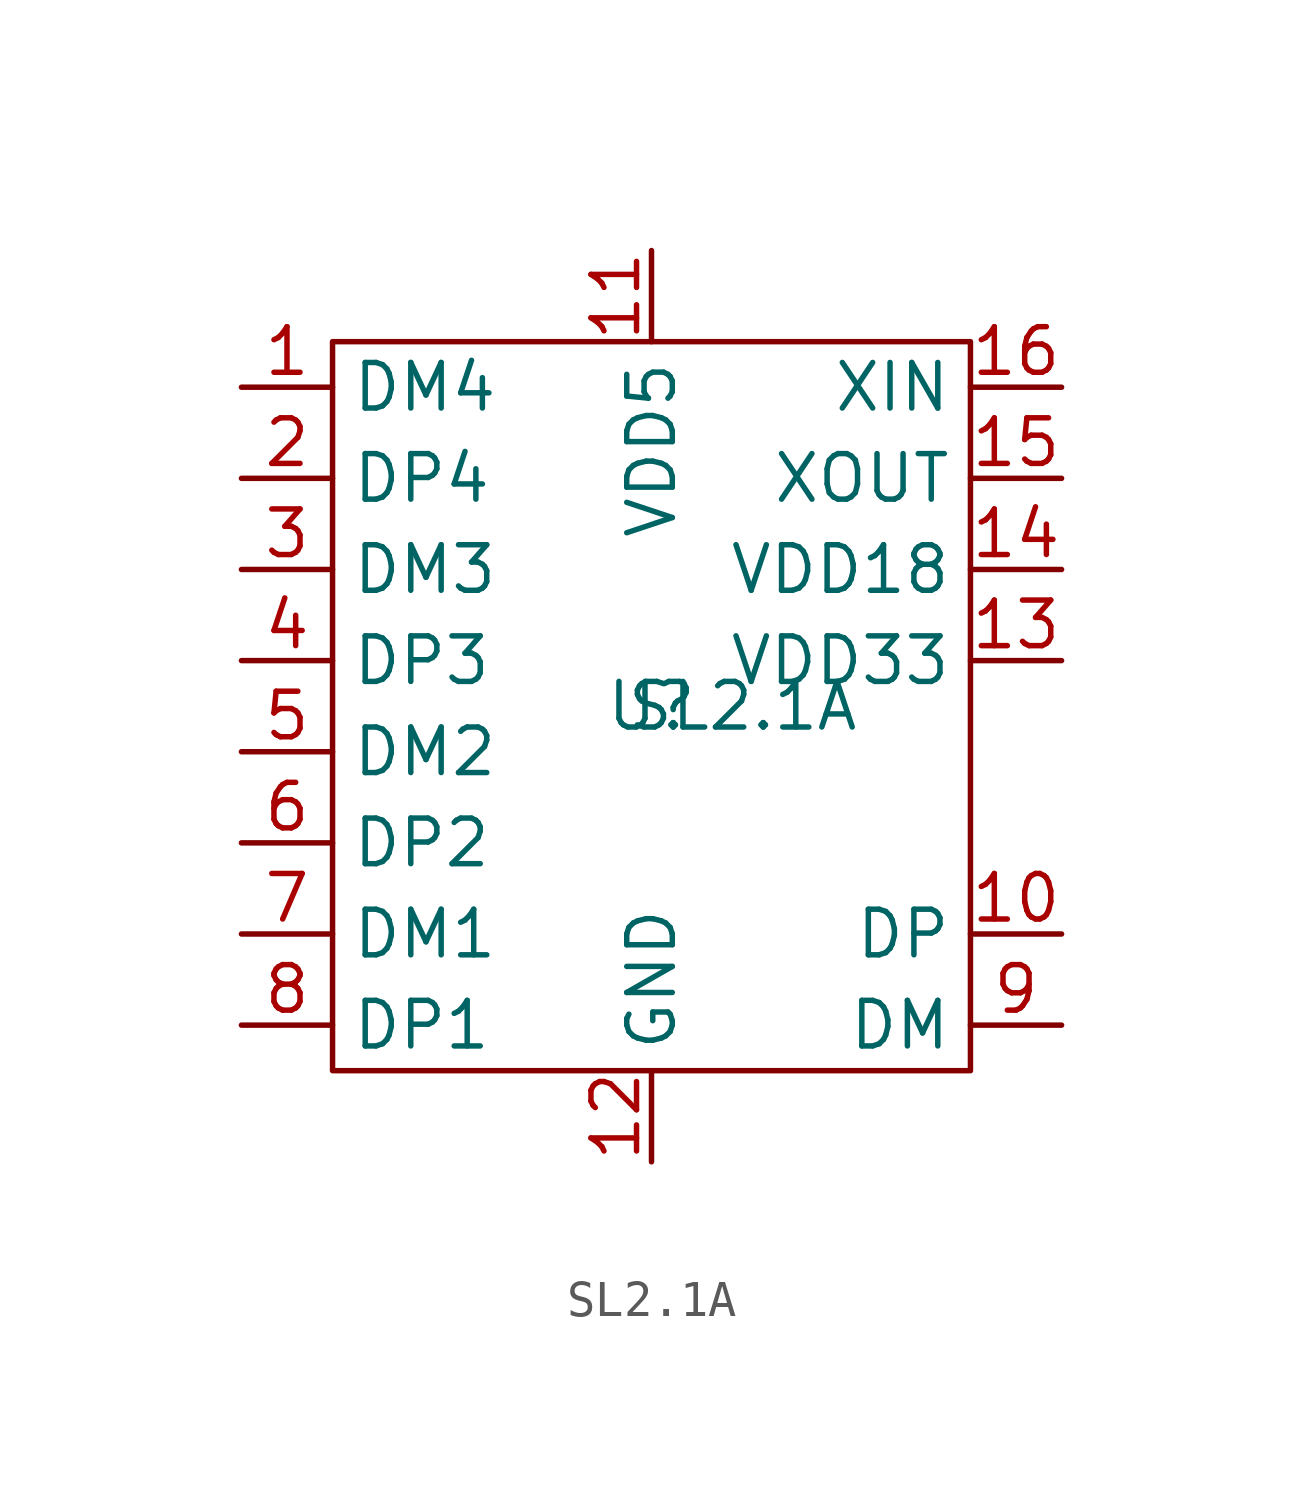
<source format=kicad_sym>
(kicad_symbol_lib
  (version 20220914)
  (generator kicad_symbol_editor)
  (symbol "SL2.1A"
    (property "Reference" "U"
      (at 0 0 0)
      (effects (font (size 1.27 1.27))))
    (property "Value" "SL2.1A"
      (at 2.54 0 0)
      (effects (font (size 1.27 1.27))))
    (symbol "SL2.1A_0_1"
      (rectangle (start -8.89 10.16) (end 8.89 -10.16) (stroke (width 0) (type default)) (fill (type none))))
    (symbol "SL2.1A_1_1"
      (pin bidirectional line (at -11.43 8.89 0) (length 2.54) (name "DM4" (effects (font (size 1.27 1.27)))) (number "1" (effects (font (size 1.27 1.27)))))
      (pin bidirectional line (at 11.43 -6.35 180) (length 2.54) (name "DP" (effects (font (size 1.27 1.27)))) (number "10" (effects (font (size 1.27 1.27)))))
      (pin power_in line (at 0 12.7 270) (length 2.54) (name "VDD5" (effects (font (size 1.27 1.27)))) (number "11" (effects (font (size 1.27 1.27)))))
      (pin power_in line (at 0 -12.7 90) (length 2.54) (name "GND" (effects (font (size 1.27 1.27)))) (number "12" (effects (font (size 1.27 1.27)))))
      (pin power_out line (at 11.43 1.27 180) (length 2.54) (name "VDD33" (effects (font (size 1.27 1.27)))) (number "13" (effects (font (size 1.27 1.27)))))
      (pin power_out line (at 11.43 3.81 180) (length 2.54) (name "VDD18" (effects (font (size 1.27 1.27)))) (number "14" (effects (font (size 1.27 1.27)))))
      (pin unspecified line (at 11.43 6.35 180) (length 2.54) (name "XOUT" (effects (font (size 1.27 1.27)))) (number "15" (effects (font (size 1.27 1.27)))))
      (pin unspecified line (at 11.43 8.89 180) (length 2.54) (name "XIN" (effects (font (size 1.27 1.27)))) (number "16" (effects (font (size 1.27 1.27)))))
      (pin bidirectional line (at -11.43 6.35 0) (length 2.54) (name "DP4" (effects (font (size 1.27 1.27)))) (number "2" (effects (font (size 1.27 1.27)))))
      (pin bidirectional line (at -11.43 3.81 0) (length 2.54) (name "DM3" (effects (font (size 1.27 1.27)))) (number "3" (effects (font (size 1.27 1.27)))))
      (pin bidirectional line (at -11.43 1.27 0) (length 2.54) (name "DP3" (effects (font (size 1.27 1.27)))) (number "4" (effects (font (size 1.27 1.27)))))
      (pin bidirectional line (at -11.43 -1.27 0) (length 2.54) (name "DM2" (effects (font (size 1.27 1.27)))) (number "5" (effects (font (size 1.27 1.27)))))
      (pin bidirectional line (at -11.43 -3.81 0) (length 2.54) (name "DP2" (effects (font (size 1.27 1.27)))) (number "6" (effects (font (size 1.27 1.27)))))
      (pin bidirectional line (at -11.43 -6.35 0) (length 2.54) (name "DM1" (effects (font (size 1.27 1.27)))) (number "7" (effects (font (size 1.27 1.27)))))
      (pin bidirectional line (at -11.43 -8.89 0) (length 2.54) (name "DP1" (effects (font (size 1.27 1.27)))) (number "8" (effects (font (size 1.27 1.27)))))
      (pin bidirectional line (at 11.43 -8.89 180) (length 2.54) (name "DM" (effects (font (size 1.27 1.27)))) (number "9" (effects (font (size 1.27 1.27))))))))
</source>
